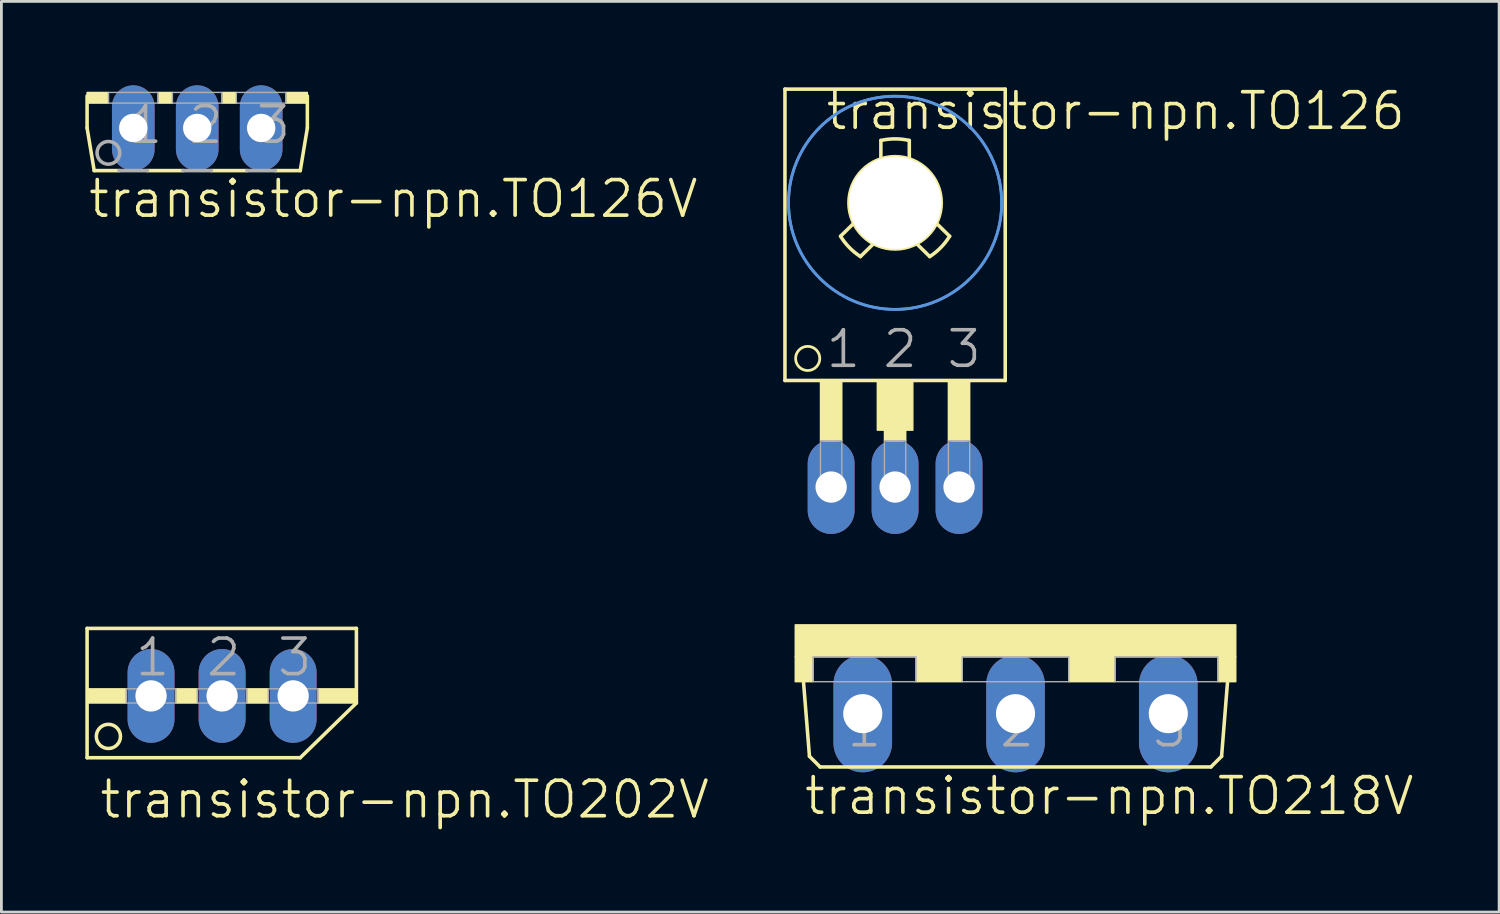
<source format=kicad_pcb>
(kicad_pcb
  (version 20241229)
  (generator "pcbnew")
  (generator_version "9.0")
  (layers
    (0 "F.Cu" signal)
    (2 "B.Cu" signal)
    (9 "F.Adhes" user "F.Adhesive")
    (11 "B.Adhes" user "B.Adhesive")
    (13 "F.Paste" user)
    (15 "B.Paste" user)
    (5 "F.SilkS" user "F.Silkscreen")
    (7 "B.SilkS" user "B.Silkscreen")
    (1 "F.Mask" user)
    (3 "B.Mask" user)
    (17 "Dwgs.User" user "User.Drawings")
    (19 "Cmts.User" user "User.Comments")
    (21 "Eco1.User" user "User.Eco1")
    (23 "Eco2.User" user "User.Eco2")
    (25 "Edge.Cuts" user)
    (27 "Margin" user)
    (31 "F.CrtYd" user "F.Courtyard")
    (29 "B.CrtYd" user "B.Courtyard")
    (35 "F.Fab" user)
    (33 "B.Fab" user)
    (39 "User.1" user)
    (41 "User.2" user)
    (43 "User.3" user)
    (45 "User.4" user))
  (footprint "transistor-npn.TO202V"
    (layer "F.Cu")
    (at 4.889 19.286)
    (property "Reference" "transistor-npn.TO202V" (at -4.445 6.985 0) (layer "F.SilkS") (effects (font (size 1.27 1.27) (thickness 0.13)) (justify left bottom)))
    (attr through_hole)
    (fp_line (start -4.826 0.127) (end 4.801 0.127) (stroke (width 0.127) (type default)) (layer "F.SilkS"))
    (fp_line (start -4.826 4.75) (end -4.826 0.127) (stroke (width 0.127) (type default)) (layer "F.SilkS"))
    (fp_line (start -4.826 4.75) (end 2.794 4.75) (stroke (width 0.127) (type default)) (layer "F.SilkS"))
    (fp_line (start 2.794 4.75) (end 4.801 2.794) (stroke (width 0.127) (type default)) (layer "F.SilkS"))
    (fp_line (start 4.801 0.127) (end 4.801 2.794) (stroke (width 0.127) (type default)) (layer "F.SilkS"))
    (fp_rect (start -4.826 2.794) (end -3.429 2.286) (stroke (width 0.05) (type default)) (fill yes) (layer "F.SilkS"))
    (fp_rect (start -1.651 2.794) (end -0.889 2.286) (stroke (width 0.05) (type default)) (fill yes) (layer "F.SilkS"))
    (fp_rect (start 0.889 2.794) (end 1.651 2.286) (stroke (width 0.05) (type default)) (fill yes) (layer "F.SilkS"))
    (fp_rect (start 3.429 2.794) (end 4.826 2.286) (stroke (width 0.05) (type default)) (fill yes) (layer "F.SilkS"))
    (fp_circle (center -4.064 3.988) (end -3.632 3.988) (stroke (width 0.127) (type default)) (fill no) (layer "F.SilkS"))
    (fp_rect (start -3.429 2.794) (end -1.651 2.286) (stroke (width 0.05) (type default)) (fill no) (layer "F.Fab"))
    (fp_rect (start -0.889 2.794) (end 0.889 2.286) (stroke (width 0.05) (type default)) (fill no) (layer "F.Fab"))
    (fp_rect (start 1.651 2.794) (end 3.429 2.286) (stroke (width 0.05) (type default)) (fill no) (layer "F.Fab"))
    (fp_text user "2" (at -0.635 1.905 0) (layer "F.Fab") (effects (font (size 1.27 1.27) (thickness 0.13)) (justify left bottom)))
    (fp_text user "3" (at 1.905 1.905 0) (layer "F.Fab") (effects (font (size 1.27 1.27) (thickness 0.13)) (justify left bottom)))
    (fp_text user "1" (at -3.175 1.905 0) (layer "F.Fab") (effects (font (size 1.27 1.27) (thickness 0.13)) (justify left bottom)))
    (pad "1" thru_hole oval (at -2.54 2.54 90) (size 3.353 1.676) (drill 1.118) (layers "*.Cu" "*.Mask"))
    (pad "2" thru_hole oval (at 0 2.54 90) (size 3.353 1.676) (drill 1.118) (layers "*.Cu" "*.Mask"))
    (pad "3" thru_hole oval (at 2.54 2.54 90) (size 3.353 1.676) (drill 1.118) (layers "*.Cu" "*.Mask")))
  (footprint "transistor-npn.TO218V"
    (layer "F.Cu")
    (at 33.251 19.286)
    (property "Reference" "transistor-npn.TO218V" (at -7.62 6.858 0) (layer "F.SilkS") (effects (font (size 1.27 1.27) (thickness 0.13)) (justify left bottom)))
    (attr through_hole)
    (fp_line (start -7.366 4.699) (end -7.62 1.524) (stroke (width 0.127) (type default)) (layer "F.SilkS"))
    (fp_line (start -6.985 5.08) (end -7.366 4.699) (stroke (width 0.127) (type default)) (layer "F.SilkS"))
    (fp_line (start -6.985 5.08) (end 6.985 5.08) (stroke (width 0.127) (type default)) (layer "F.SilkS"))
    (fp_line (start 6.985 5.08) (end 7.366 4.699) (stroke (width 0.127) (type default)) (layer "F.SilkS"))
    (fp_line (start 7.366 4.699) (end 7.62 1.524) (stroke (width 0.127) (type default)) (layer "F.SilkS"))
    (fp_rect (start -7.874 1.143) (end 7.874 0) (stroke (width 0.05) (type default)) (fill yes) (layer "F.SilkS"))
    (fp_rect (start -7.874 2.032) (end -7.239 1.143) (stroke (width 0.05) (type default)) (fill yes) (layer "F.SilkS"))
    (fp_rect (start -3.556 2.032) (end -1.905 1.143) (stroke (width 0.05) (type default)) (fill yes) (layer "F.SilkS"))
    (fp_rect (start 1.905 2.032) (end 3.556 1.143) (stroke (width 0.05) (type default)) (fill yes) (layer "F.SilkS"))
    (fp_rect (start 7.239 2.032) (end 7.874 1.143) (stroke (width 0.05) (type default)) (fill yes) (layer "F.SilkS"))
    (fp_rect (start -7.239 2.032) (end -3.556 1.143) (stroke (width 0.05) (type default)) (fill no) (layer "F.Fab"))
    (fp_rect (start -1.905 2.032) (end 1.905 1.143) (stroke (width 0.05) (type default)) (fill no) (layer "F.Fab"))
    (fp_rect (start 3.556 2.032) (end 7.239 1.143) (stroke (width 0.05) (type default)) (fill no) (layer "F.Fab"))
    (fp_text user "3" (at 4.826 4.445 0) (layer "F.Fab") (effects (font (size 1.27 1.27) (thickness 0.13)) (justify left bottom)))
    (fp_text user "1" (at -6.096 4.445 0) (layer "F.Fab") (effects (font (size 1.27 1.27) (thickness 0.13)) (justify left bottom)))
    (fp_text user "2" (at -0.635 4.445 0) (layer "F.Fab") (effects (font (size 1.27 1.27) (thickness 0.13)) (justify left bottom)))
    (pad "1" thru_hole oval (at -5.461 3.175 90) (size 4.191 2.095) (drill 1.397) (layers "*.Cu" "*.Mask"))
    (pad "2" thru_hole oval (at 0 3.175 90) (size 4.191 2.095) (drill 1.397) (layers "*.Cu" "*.Mask"))
    (pad "3" thru_hole oval (at 5.461 3.175 90) (size 4.191 2.095) (drill 1.397) (layers "*.Cu" "*.Mask")))
  (footprint "transistor-npn.TO126V"
    (layer "F.Cu")
    (at 4 0.254)
    (property "Reference" "transistor-npn.TO126V" (at -3.962 4.547 0) (layer "F.SilkS") (effects (font (size 1.27 1.27) (thickness 0.13)) (justify left bottom)))
    (attr through_hole)
    (fp_line (start -3.937 0.127) (end -3.937 1.27) (stroke (width 0.127) (type default)) (layer "F.SilkS"))
    (fp_line (start -3.937 1.27) (end -3.683 2.794) (stroke (width 0.127) (type default)) (layer "F.SilkS"))
    (fp_line (start -3.683 2.794) (end -2.794 2.794) (stroke (width 0.127) (type default)) (layer "F.SilkS"))
    (fp_line (start -1.778 2.794) (end -0.508 2.794) (stroke (width 0.127) (type default)) (layer "F.SilkS"))
    (fp_line (start 0.508 2.794) (end 1.778 2.794) (stroke (width 0.127) (type default)) (layer "F.SilkS"))
    (fp_line (start 2.794 2.794) (end 3.683 2.794) (stroke (width 0.127) (type default)) (layer "F.SilkS"))
    (fp_line (start 3.683 2.794) (end 3.937 1.27) (stroke (width 0.127) (type default)) (layer "F.SilkS"))
    (fp_line (start 3.937 1.27) (end 3.937 0.127) (stroke (width 0.127) (type default)) (layer "F.SilkS"))
    (fp_rect (start -3.937 0.381) (end -3.175 0) (stroke (width 0.05) (type default)) (fill yes) (layer "F.SilkS"))
    (fp_rect (start -1.397 0.381) (end -0.889 0) (stroke (width 0.05) (type default)) (fill yes) (layer "F.SilkS"))
    (fp_rect (start 0.889 0.381) (end 1.397 0) (stroke (width 0.05) (type default)) (fill yes) (layer "F.SilkS"))
    (fp_rect (start 3.175 0.381) (end 3.937 0) (stroke (width 0.05) (type default)) (fill yes) (layer "F.SilkS"))
    (fp_line (start -2.794 2.794) (end -1.778 2.794) (stroke (width 0.127) (type default)) (layer "F.Fab"))
    (fp_line (start -0.508 2.794) (end 0.508 2.794) (stroke (width 0.127) (type default)) (layer "F.Fab"))
    (fp_line (start 1.778 2.794) (end 2.794 2.794) (stroke (width 0.127) (type default)) (layer "F.Fab"))
    (fp_rect (start -3.175 0.381) (end -1.397 0) (stroke (width 0.05) (type default)) (fill no) (layer "F.Fab"))
    (fp_rect (start -0.889 0.381) (end 0.889 0) (stroke (width 0.05) (type default)) (fill no) (layer "F.Fab"))
    (fp_rect (start 1.397 0.381) (end 3.175 0) (stroke (width 0.05) (type default)) (fill no) (layer "F.Fab"))
    (fp_circle (center -3.175 2.159) (end -2.769 2.159) (stroke (width 0.127) (type default)) (fill no) (layer "F.Fab"))
    (fp_text user "3" (at 2.032 1.905 0) (layer "F.Fab") (effects (font (size 1.27 1.27) (thickness 0.13)) (justify left bottom)))
    (fp_text user "1" (at -2.54 1.905 0) (layer "F.Fab") (effects (font (size 1.27 1.27) (thickness 0.13)) (justify left bottom)))
    (fp_text user "2" (at -0.381 1.905 0) (layer "F.Fab") (effects (font (size 1.27 1.27) (thickness 0.13)) (justify left bottom)))
    (pad "1" thru_hole oval (at -2.286 1.27 90) (size 3.048 1.524) (drill 1.016) (layers "*.Cu" "*.Mask"))
    (pad "2" thru_hole oval (at 0 1.27 90) (size 3.048 1.524) (drill 1.016) (layers "*.Cu" "*.Mask"))
    (pad "3" thru_hole oval (at 2.286 1.27 90) (size 3.048 1.524) (drill 1.016) (layers "*.Cu" "*.Mask")))
  (footprint "transistor-npn.TO126"
    (layer "F.Cu")
    (at 28.946 9.28)
    (property "Reference" "transistor-npn.TO126" (at -2.54 -7.62 0) (layer "F.SilkS") (effects (font (size 1.27 1.27) (thickness 0.13)) (justify left bottom)))
    (attr through_hole)
    (fp_line (start -3.937 -9.144) (end 3.937 -9.144) (stroke (width 0.127) (type default)) (layer "F.SilkS"))
    (fp_line (start -3.937 1.27) (end -3.937 -9.144) (stroke (width 0.127) (type default)) (layer "F.SilkS"))
    (fp_line (start -3.937 1.27) (end 3.937 1.27) (stroke (width 0.127) (type default)) (layer "F.SilkS"))
    (fp_line (start -1.479 -4.346) (end -1.949 -3.886) (stroke (width 0.127) (type default)) (layer "F.SilkS"))
    (fp_line (start -0.769 -3.619) (end -1.239 -3.159) (stroke (width 0.127) (type default)) (layer "F.SilkS"))
    (fp_line (start -0.508 -6.651) (end -0.508 -7.309) (stroke (width 0.127) (type default)) (layer "F.SilkS"))
    (fp_line (start 0.508 -6.651) (end 0.508 -7.309) (stroke (width 0.127) (type default)) (layer "F.SilkS"))
    (fp_line (start 0.769 -3.619) (end 1.239 -3.159) (stroke (width 0.127) (type default)) (layer "F.SilkS"))
    (fp_line (start 1.479 -4.346) (end 1.949 -3.886) (stroke (width 0.127) (type default)) (layer "F.SilkS"))
    (fp_line (start 3.937 -9.144) (end 3.937 1.27) (stroke (width 0.127) (type default)) (layer "F.SilkS"))
    (fp_rect (start -2.667 3.429) (end -1.905 1.27) (stroke (width 0.05) (type default)) (fill yes) (layer "F.SilkS"))
    (fp_rect (start -0.635 3.048) (end 0.635 1.27) (stroke (width 0.05) (type default)) (fill yes) (layer "F.SilkS"))
    (fp_rect (start -0.381 3.429) (end 0.381 1.27) (stroke (width 0.05) (type default)) (fill yes) (layer "F.SilkS"))
    (fp_rect (start 1.905 3.429) (end 2.667 1.27) (stroke (width 0.05) (type default)) (fill yes) (layer "F.SilkS"))
    (fp_arc (start -1.2393 -3.1591) (mid -1.635181 -3.482509) (end -1.9493 -3.8858) (stroke (width 0.127) (type default)) (layer "F.SilkS"))
    (fp_arc (start -0.508 -7.3088) (mid 0 -7.36596) (end 0.508 -7.3088) (stroke (width 0.127) (type default)) (layer "F.SilkS"))
    (fp_arc (start 1.9493 -3.8858) (mid 1.635181 -3.482509) (end 1.2393 -3.1591) (stroke (width 0.127) (type default)) (layer "F.SilkS"))
    (fp_circle (center -3.124 0.483) (end -2.692 0.483) (stroke (width 0.1) (type default)) (fill no) (layer "F.SilkS"))
    (fp_circle (center 0 -5.08) (end 1.651 -5.08) (stroke (width 0.127) (type default)) (fill no) (layer "F.SilkS"))
    (fp_circle (center 0 -5.08) (end 3.81 -5.08) (stroke (width 0.1) (type default)) (fill no) (layer "Cmts.User"))
    (fp_circle (center 0 -5.08) (end 3.81 -5.08) (stroke (width 0.1) (type default)) (fill no) (layer "Cmts.User"))
    (fp_rect (start -2.667 5.207) (end -1.905 3.429) (stroke (width 0.05) (type default)) (fill no) (layer "F.Fab"))
    (fp_rect (start -0.381 5.207) (end 0.381 3.429) (stroke (width 0.05) (type default)) (fill no) (layer "F.Fab"))
    (fp_rect (start 1.905 5.207) (end 2.667 3.429) (stroke (width 0.05) (type default)) (fill no) (layer "F.Fab"))
    (fp_text user "1" (at -2.54 0.889 0) (layer "F.Fab") (effects (font (size 1.27 1.27) (thickness 0.13)) (justify left bottom)))
    (fp_text user "3" (at 1.778 0.889 0) (layer "F.Fab") (effects (font (size 1.27 1.27) (thickness 0.13)) (justify left bottom)))
    (fp_text user "2" (at -0.508 0.889 0) (layer "F.Fab") (effects (font (size 1.27 1.27) (thickness 0.13)) (justify left bottom)))
    (pad "" np_thru_hole circle (at 0 -5.08) (size 3.302 3.302) (drill 3.302) (layers "*.Cu" "*.Mask"))
    (pad "1" thru_hole oval (at -2.286 5.08 90) (size 3.353 1.676) (drill 1.118) (layers "*.Cu" "*.Mask"))
    (pad "2" thru_hole oval (at 0 5.08 90) (size 3.353 1.676) (drill 1.118) (layers "*.Cu" "*.Mask"))
    (pad "3" thru_hole oval (at 2.286 5.08 90) (size 3.353 1.676) (drill 1.118) (layers "*.Cu" "*.Mask")))
  (gr_rect
    (start -3 -3)
    (end 50.538 29.554)
    (stroke (width 0.1) (type default))
    (fill no)
    (layer "Edge.Cuts")))
</source>
